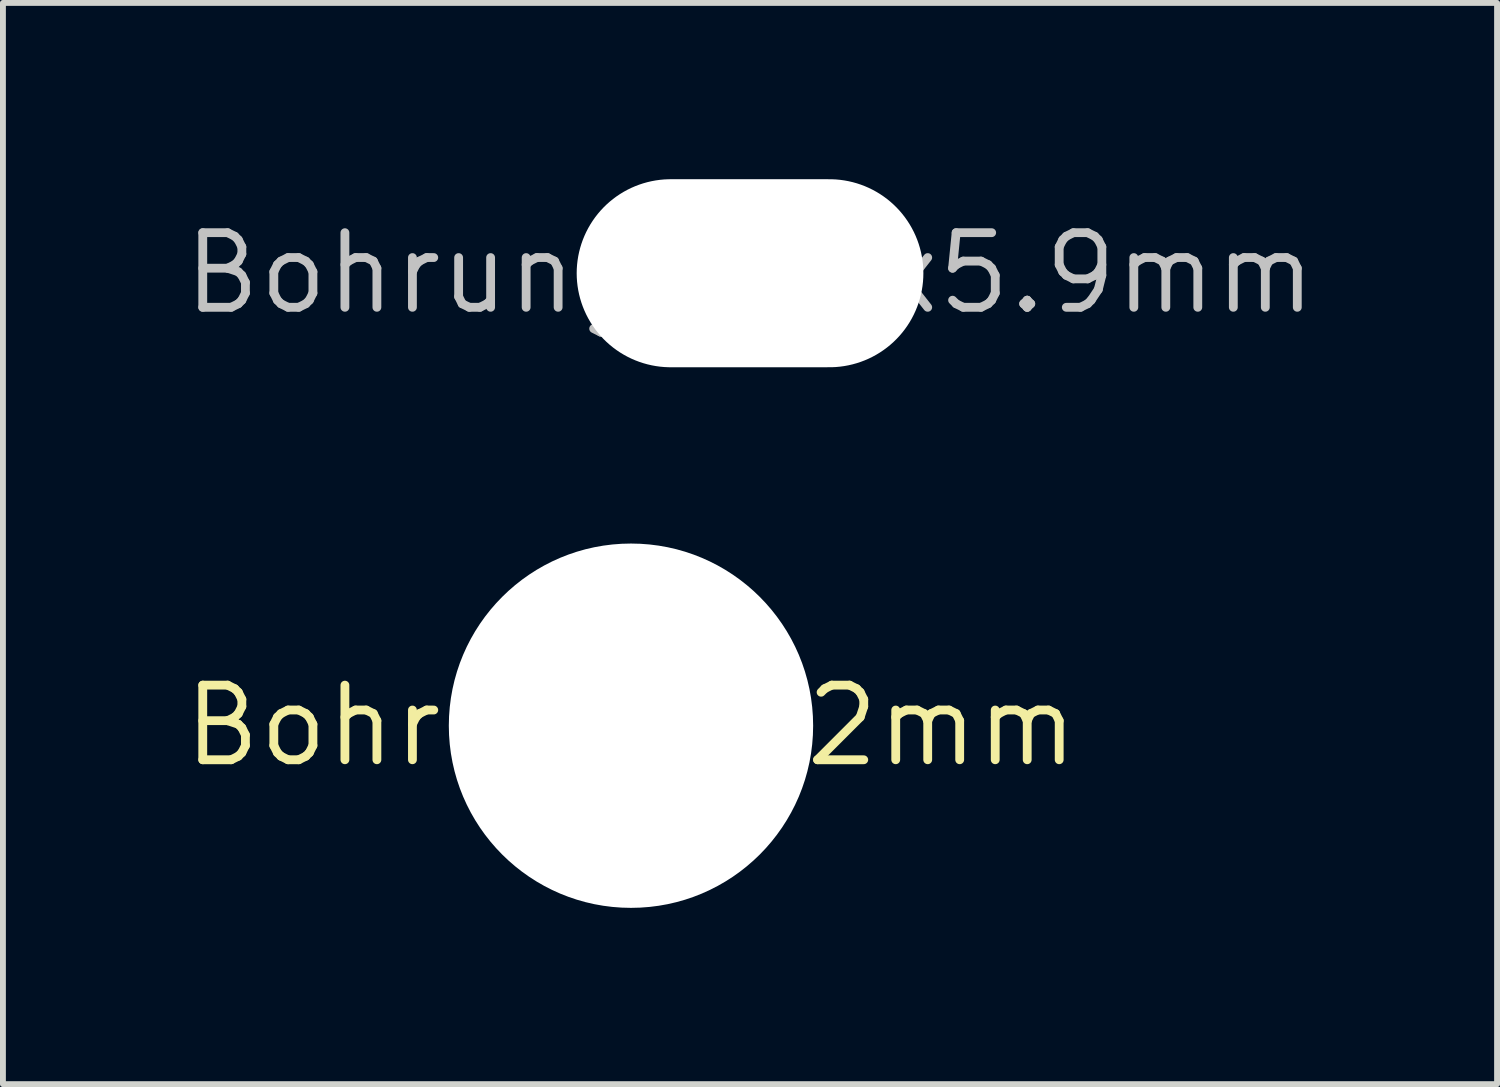
<source format=kicad_pcb>
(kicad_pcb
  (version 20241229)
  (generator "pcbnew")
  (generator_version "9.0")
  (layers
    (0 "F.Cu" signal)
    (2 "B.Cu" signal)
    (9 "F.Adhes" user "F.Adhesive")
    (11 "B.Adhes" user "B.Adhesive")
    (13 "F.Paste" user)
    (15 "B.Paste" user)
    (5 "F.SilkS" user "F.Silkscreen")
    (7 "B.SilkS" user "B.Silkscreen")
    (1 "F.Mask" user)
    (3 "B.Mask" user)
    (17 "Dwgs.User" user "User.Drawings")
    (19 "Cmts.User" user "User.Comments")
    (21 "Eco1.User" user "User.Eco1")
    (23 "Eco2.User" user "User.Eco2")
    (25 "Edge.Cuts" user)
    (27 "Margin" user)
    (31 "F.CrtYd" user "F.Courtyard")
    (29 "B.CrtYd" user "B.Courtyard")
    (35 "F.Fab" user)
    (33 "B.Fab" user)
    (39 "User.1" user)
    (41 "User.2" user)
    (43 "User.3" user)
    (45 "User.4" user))
  (footprint "Bohrung_6.2mm"
    (layer "F.Cu")
    (at 7.688 9.3)
    (property "Reference" "Bohrung_6.2mm" (at 0 0 0) (layer "F.SilkS") (effects (font (size 1.27 1.27) (thickness 0.15))))
    (attr through_hole)
    (pad "" np_thru_hole circle (at 0 0) (size 6.2 6.2) (drill 6.2) (layers "*.Cu" "*.Mask")))
  (footprint "Bohrung_3.2x5.9mm"
    (layer "F.Cu")
    (at 9.714 1.6)
    (property "Reference" "Bohrung_3.2x5.9mm" (at 0 0 0) (layer "Dwgs.User") (effects (font (size 1.27 1.27) (thickness 0.15))))
    (attr through_hole)
    (pad "" np_thru_hole oval (at 0 0) (size 5.9 3.2) (drill oval 5.9 3.2) (layers "*.Cu" "*.Mask")))
  (gr_rect
    (start -3 -3)
    (end 22.427 15.4)
    (stroke (width 0.1) (type default))
    (fill no)
    (layer "Edge.Cuts")))
</source>
